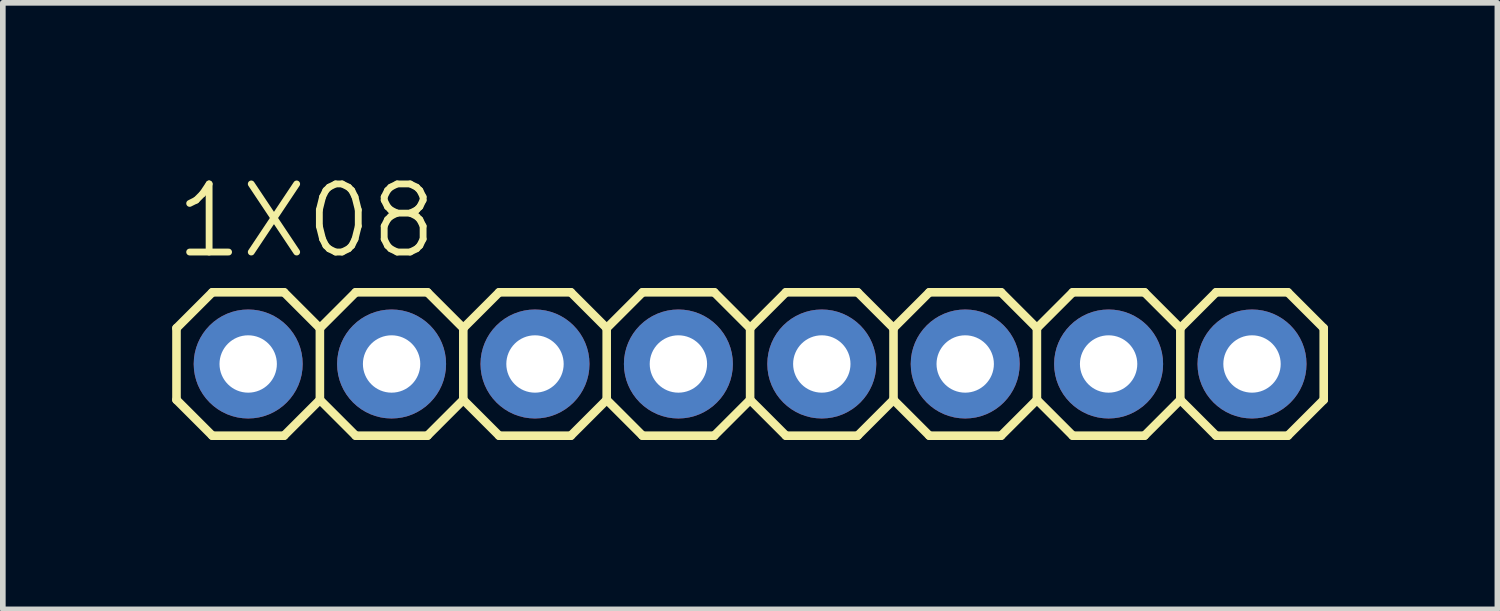
<source format=kicad_pcb>
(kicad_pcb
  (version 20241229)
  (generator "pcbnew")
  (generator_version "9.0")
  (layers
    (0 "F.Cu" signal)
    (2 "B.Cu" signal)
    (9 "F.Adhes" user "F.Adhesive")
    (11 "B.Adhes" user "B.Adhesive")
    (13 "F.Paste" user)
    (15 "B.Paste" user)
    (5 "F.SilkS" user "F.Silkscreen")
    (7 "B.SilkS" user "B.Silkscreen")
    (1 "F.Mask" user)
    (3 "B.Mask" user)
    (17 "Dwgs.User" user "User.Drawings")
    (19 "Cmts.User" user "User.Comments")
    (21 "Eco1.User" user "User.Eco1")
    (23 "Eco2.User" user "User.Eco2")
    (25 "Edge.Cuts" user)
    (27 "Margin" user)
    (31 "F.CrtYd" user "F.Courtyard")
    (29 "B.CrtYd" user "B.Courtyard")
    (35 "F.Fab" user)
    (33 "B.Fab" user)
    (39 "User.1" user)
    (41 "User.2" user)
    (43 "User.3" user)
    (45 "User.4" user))
  (footprint "1X08"
    (layer "F.Cu")
    (at 10.236 3.397)
    (property "Reference" "1X08" (at -10.236 -1.829 180) (layer "F.SilkS") (effects (font (size 1.206 1.206) (thickness 0.121)) (justify left bottom)))
    (attr through_hole)
    (fp_line (start -10.16 -0.635) (end -10.16 0.635) (stroke (width 0.152) (type solid)) (layer "F.SilkS"))
    (fp_line (start -10.16 0.635) (end -9.525 1.27) (stroke (width 0.152) (type solid)) (layer "F.SilkS"))
    (fp_line (start -9.525 -1.27) (end -10.16 -0.635) (stroke (width 0.152) (type solid)) (layer "F.SilkS"))
    (fp_line (start -9.525 -1.27) (end -8.255 -1.27) (stroke (width 0.152) (type solid)) (layer "F.SilkS"))
    (fp_line (start -8.255 -1.27) (end -7.62 -0.635) (stroke (width 0.152) (type solid)) (layer "F.SilkS"))
    (fp_line (start -8.255 1.27) (end -9.525 1.27) (stroke (width 0.152) (type solid)) (layer "F.SilkS"))
    (fp_line (start -7.62 -0.635) (end -7.62 0.635) (stroke (width 0.152) (type solid)) (layer "F.SilkS"))
    (fp_line (start -7.62 -0.635) (end -6.985 -1.27) (stroke (width 0.152) (type solid)) (layer "F.SilkS"))
    (fp_line (start -7.62 0.635) (end -8.255 1.27) (stroke (width 0.152) (type solid)) (layer "F.SilkS"))
    (fp_line (start -6.985 -1.27) (end -5.715 -1.27) (stroke (width 0.152) (type solid)) (layer "F.SilkS"))
    (fp_line (start -6.985 1.27) (end -7.62 0.635) (stroke (width 0.152) (type solid)) (layer "F.SilkS"))
    (fp_line (start -5.715 -1.27) (end -5.08 -0.635) (stroke (width 0.152) (type solid)) (layer "F.SilkS"))
    (fp_line (start -5.715 1.27) (end -6.985 1.27) (stroke (width 0.152) (type solid)) (layer "F.SilkS"))
    (fp_line (start -5.08 -0.635) (end -5.08 0.635) (stroke (width 0.152) (type solid)) (layer "F.SilkS"))
    (fp_line (start -5.08 -0.635) (end -4.445 -1.27) (stroke (width 0.152) (type solid)) (layer "F.SilkS"))
    (fp_line (start -5.08 0.635) (end -5.715 1.27) (stroke (width 0.152) (type solid)) (layer "F.SilkS"))
    (fp_line (start -4.445 -1.27) (end -3.175 -1.27) (stroke (width 0.152) (type solid)) (layer "F.SilkS"))
    (fp_line (start -4.445 1.27) (end -5.08 0.635) (stroke (width 0.152) (type solid)) (layer "F.SilkS"))
    (fp_line (start -3.175 -1.27) (end -2.54 -0.635) (stroke (width 0.152) (type solid)) (layer "F.SilkS"))
    (fp_line (start -3.175 1.27) (end -4.445 1.27) (stroke (width 0.152) (type solid)) (layer "F.SilkS"))
    (fp_line (start -2.54 -0.635) (end -2.54 0.635) (stroke (width 0.152) (type solid)) (layer "F.SilkS"))
    (fp_line (start -2.54 0.635) (end -3.175 1.27) (stroke (width 0.152) (type solid)) (layer "F.SilkS"))
    (fp_line (start -2.54 0.635) (end -1.905 1.27) (stroke (width 0.152) (type solid)) (layer "F.SilkS"))
    (fp_line (start -1.905 -1.27) (end -2.54 -0.635) (stroke (width 0.152) (type solid)) (layer "F.SilkS"))
    (fp_line (start -1.905 -1.27) (end -0.635 -1.27) (stroke (width 0.152) (type solid)) (layer "F.SilkS"))
    (fp_line (start -0.635 -1.27) (end 0 -0.635) (stroke (width 0.152) (type solid)) (layer "F.SilkS"))
    (fp_line (start -0.635 1.27) (end -1.905 1.27) (stroke (width 0.152) (type solid)) (layer "F.SilkS"))
    (fp_line (start 0 -0.635) (end 0 0.635) (stroke (width 0.152) (type solid)) (layer "F.SilkS"))
    (fp_line (start 0 -0.635) (end 0.635 -1.27) (stroke (width 0.152) (type solid)) (layer "F.SilkS"))
    (fp_line (start 0 0.635) (end -0.635 1.27) (stroke (width 0.152) (type solid)) (layer "F.SilkS"))
    (fp_line (start 0.635 -1.27) (end 1.905 -1.27) (stroke (width 0.152) (type solid)) (layer "F.SilkS"))
    (fp_line (start 0.635 1.27) (end 0 0.635) (stroke (width 0.152) (type solid)) (layer "F.SilkS"))
    (fp_line (start 1.905 -1.27) (end 2.54 -0.635) (stroke (width 0.152) (type solid)) (layer "F.SilkS"))
    (fp_line (start 1.905 1.27) (end 0.635 1.27) (stroke (width 0.152) (type solid)) (layer "F.SilkS"))
    (fp_line (start 2.54 -0.635) (end 2.54 0.635) (stroke (width 0.152) (type solid)) (layer "F.SilkS"))
    (fp_line (start 2.54 -0.635) (end 3.175 -1.27) (stroke (width 0.152) (type solid)) (layer "F.SilkS"))
    (fp_line (start 2.54 0.635) (end 1.905 1.27) (stroke (width 0.152) (type solid)) (layer "F.SilkS"))
    (fp_line (start 3.175 -1.27) (end 4.445 -1.27) (stroke (width 0.152) (type solid)) (layer "F.SilkS"))
    (fp_line (start 3.175 1.27) (end 2.54 0.635) (stroke (width 0.152) (type solid)) (layer "F.SilkS"))
    (fp_line (start 4.445 -1.27) (end 5.08 -0.635) (stroke (width 0.152) (type solid)) (layer "F.SilkS"))
    (fp_line (start 4.445 1.27) (end 3.175 1.27) (stroke (width 0.152) (type solid)) (layer "F.SilkS"))
    (fp_line (start 5.08 -0.635) (end 5.08 0.635) (stroke (width 0.152) (type solid)) (layer "F.SilkS"))
    (fp_line (start 5.08 0.635) (end 4.445 1.27) (stroke (width 0.152) (type solid)) (layer "F.SilkS"))
    (fp_line (start 5.08 0.635) (end 5.715 1.27) (stroke (width 0.152) (type solid)) (layer "F.SilkS"))
    (fp_line (start 5.715 -1.27) (end 5.08 -0.635) (stroke (width 0.152) (type solid)) (layer "F.SilkS"))
    (fp_line (start 5.715 -1.27) (end 6.985 -1.27) (stroke (width 0.152) (type solid)) (layer "F.SilkS"))
    (fp_line (start 6.985 -1.27) (end 7.62 -0.635) (stroke (width 0.152) (type solid)) (layer "F.SilkS"))
    (fp_line (start 6.985 1.27) (end 5.715 1.27) (stroke (width 0.152) (type solid)) (layer "F.SilkS"))
    (fp_line (start 7.62 -0.635) (end 7.62 0.635) (stroke (width 0.152) (type solid)) (layer "F.SilkS"))
    (fp_line (start 7.62 0.635) (end 6.985 1.27) (stroke (width 0.152) (type solid)) (layer "F.SilkS"))
    (fp_line (start 7.62 0.635) (end 8.255 1.27) (stroke (width 0.152) (type solid)) (layer "F.SilkS"))
    (fp_line (start 8.255 -1.27) (end 7.62 -0.635) (stroke (width 0.152) (type solid)) (layer "F.SilkS"))
    (fp_line (start 8.255 -1.27) (end 9.525 -1.27) (stroke (width 0.152) (type solid)) (layer "F.SilkS"))
    (fp_line (start 9.525 -1.27) (end 10.16 -0.635) (stroke (width 0.152) (type solid)) (layer "F.SilkS"))
    (fp_line (start 9.525 1.27) (end 8.255 1.27) (stroke (width 0.152) (type solid)) (layer "F.SilkS"))
    (fp_line (start 10.16 -0.635) (end 10.16 0.635) (stroke (width 0.152) (type solid)) (layer "F.SilkS"))
    (fp_line (start 10.16 0.635) (end 9.525 1.27) (stroke (width 0.152) (type solid)) (layer "F.SilkS"))
    (fp_poly (pts (xy -9.144 0.254) (xy -8.636 0.254) (xy -8.636 -0.254) (xy -9.144 -0.254)) (stroke (width 0.1) (type solid)) (fill no) (layer "F.Fab"))
    (fp_poly (pts (xy -6.604 0.254) (xy -6.096 0.254) (xy -6.096 -0.254) (xy -6.604 -0.254)) (stroke (width 0.1) (type solid)) (fill no) (layer "F.Fab"))
    (fp_poly (pts (xy -4.064 0.254) (xy -3.556 0.254) (xy -3.556 -0.254) (xy -4.064 -0.254)) (stroke (width 0.1) (type solid)) (fill no) (layer "F.Fab"))
    (fp_poly (pts (xy -1.524 0.254) (xy -1.016 0.254) (xy -1.016 -0.254) (xy -1.524 -0.254)) (stroke (width 0.1) (type solid)) (fill no) (layer "F.Fab"))
    (fp_poly (pts (xy 1.016 0.254) (xy 1.524 0.254) (xy 1.524 -0.254) (xy 1.016 -0.254)) (stroke (width 0.1) (type solid)) (fill no) (layer "F.Fab"))
    (fp_poly (pts (xy 3.556 0.254) (xy 4.064 0.254) (xy 4.064 -0.254) (xy 3.556 -0.254)) (stroke (width 0.1) (type solid)) (fill no) (layer "F.Fab"))
    (fp_poly (pts (xy 6.096 0.254) (xy 6.604 0.254) (xy 6.604 -0.254) (xy 6.096 -0.254)) (stroke (width 0.1) (type solid)) (fill no) (layer "F.Fab"))
    (fp_poly (pts (xy 8.636 0.254) (xy 9.144 0.254) (xy 9.144 -0.254) (xy 8.636 -0.254)) (stroke (width 0.1) (type solid)) (fill no) (layer "F.Fab"))
    (pad "1" thru_hole circle (at -8.89 0 90) (size 1.93 1.93) (drill 1.016) (layers "*.Cu" "*.Mask"))
    (pad "2" thru_hole circle (at -6.35 0 90) (size 1.93 1.93) (drill 1.016) (layers "*.Cu" "*.Mask"))
    (pad "3" thru_hole circle (at -3.81 0 90) (size 1.93 1.93) (drill 1.016) (layers "*.Cu" "*.Mask"))
    (pad "4" thru_hole circle (at -1.27 0 90) (size 1.93 1.93) (drill 1.016) (layers "*.Cu" "*.Mask"))
    (pad "5" thru_hole circle (at 1.27 0 90) (size 1.93 1.93) (drill 1.016) (layers "*.Cu" "*.Mask"))
    (pad "6" thru_hole circle (at 3.81 0 90) (size 1.93 1.93) (drill 1.016) (layers "*.Cu" "*.Mask"))
    (pad "7" thru_hole circle (at 6.35 0 90) (size 1.93 1.93) (drill 1.016) (layers "*.Cu" "*.Mask"))
    (pad "8" thru_hole circle (at 8.89 0 90) (size 1.93 1.93) (drill 1.016) (layers "*.Cu" "*.Mask")))
  (gr_rect
    (start -3 -3)
    (end 23.472 7.743)
    (stroke (width 0.1) (type default))
    (fill no)
    (layer "Edge.Cuts")))
</source>
